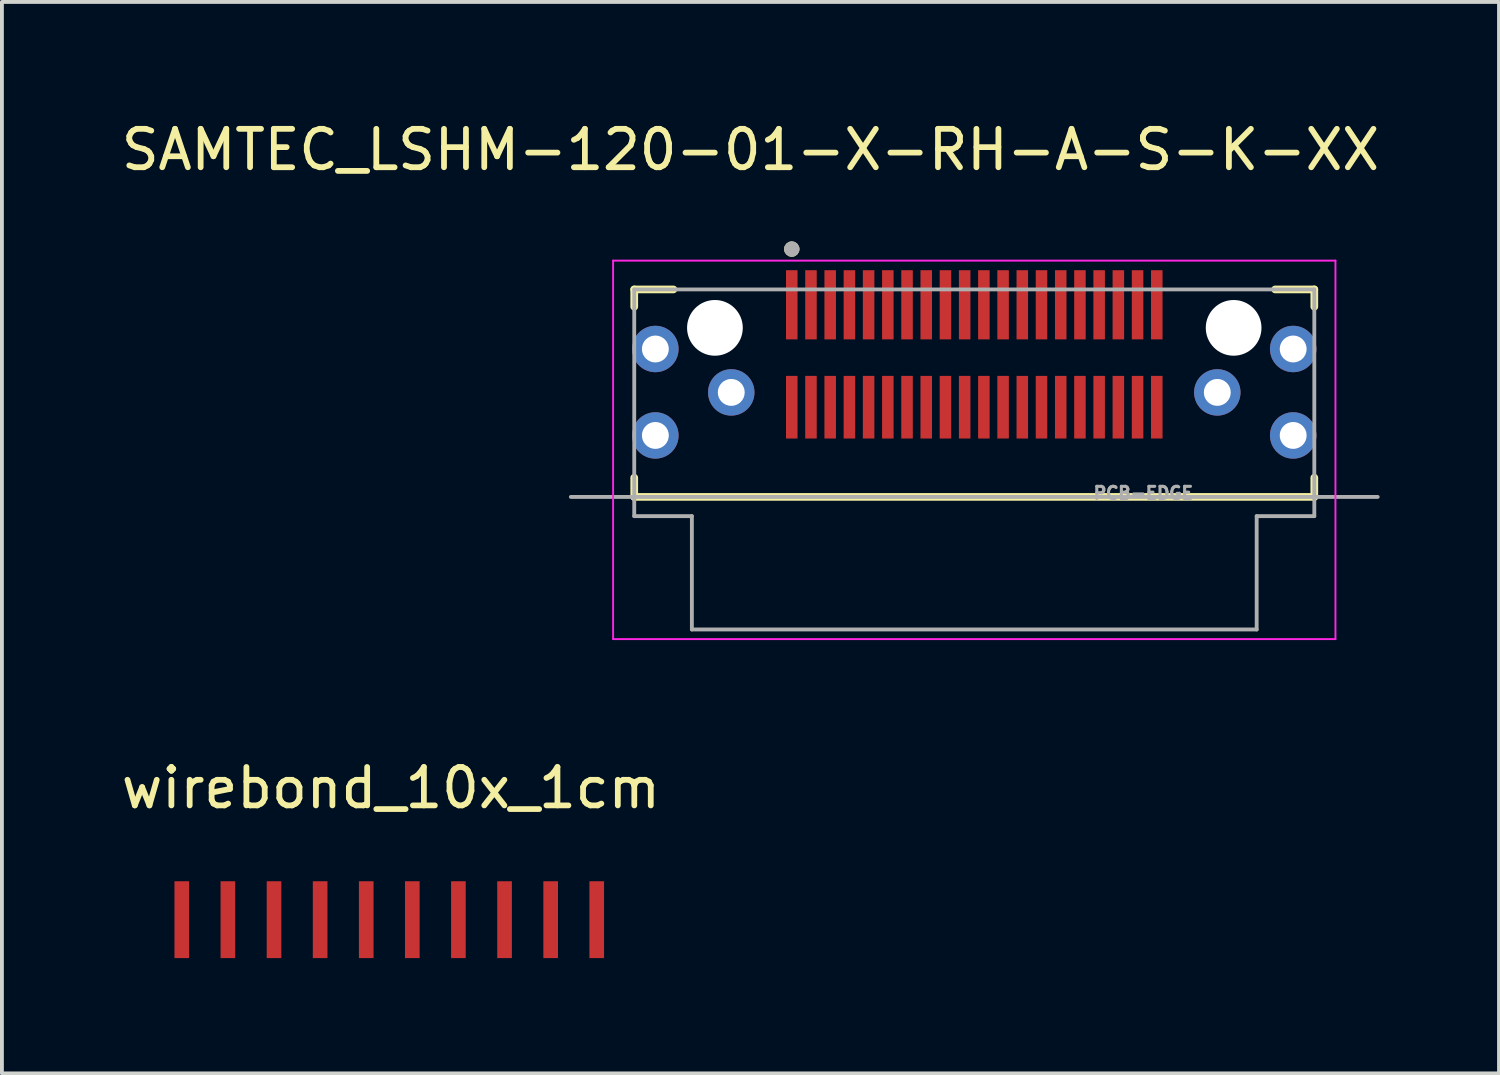
<source format=kicad_pcb>
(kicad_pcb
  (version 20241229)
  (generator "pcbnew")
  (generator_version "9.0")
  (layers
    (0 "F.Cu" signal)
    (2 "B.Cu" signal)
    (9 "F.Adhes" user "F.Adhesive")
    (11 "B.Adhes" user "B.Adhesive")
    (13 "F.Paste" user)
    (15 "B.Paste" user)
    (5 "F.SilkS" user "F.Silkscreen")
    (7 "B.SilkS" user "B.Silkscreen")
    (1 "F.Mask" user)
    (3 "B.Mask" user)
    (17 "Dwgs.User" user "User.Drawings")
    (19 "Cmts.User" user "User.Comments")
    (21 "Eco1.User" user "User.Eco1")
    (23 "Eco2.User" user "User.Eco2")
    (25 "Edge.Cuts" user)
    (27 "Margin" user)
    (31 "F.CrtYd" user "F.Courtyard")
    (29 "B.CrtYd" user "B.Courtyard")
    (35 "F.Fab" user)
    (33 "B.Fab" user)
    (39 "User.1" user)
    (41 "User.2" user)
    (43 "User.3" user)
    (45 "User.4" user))
  (footprint "SAMTEC_LSHM-120-01-X-RH-A-S-K-XX"
    (layer "F.Cu")
    (at 22.307 5.483)
    (property "Reference" "SAMTEC_LSHM-120-01-X-RH-A-S-K-XX" (at -5.825 -4.635 0) (layer "F.SilkS") (effects (font (size 1 1) (thickness 0.15))))
    (attr through_hole)
    (fp_line (start -8.85 -1) (end -7.83 -1) (stroke (width 0.2) (type solid)) (layer "F.SilkS"))
    (fp_line (start -8.85 -0.55) (end -8.85 -1) (stroke (width 0.2) (type solid)) (layer "F.SilkS"))
    (fp_line (start -8.85 3.9) (end -8.85 4.4) (stroke (width 0.2) (type solid)) (layer "F.SilkS"))
    (fp_line (start -8.85 4.4) (end 8.85 4.4) (stroke (width 0.2) (type solid)) (layer "F.SilkS"))
    (fp_line (start 7.83 -1) (end 8.85 -1) (stroke (width 0.2) (type solid)) (layer "F.SilkS"))
    (fp_line (start 8.85 -1) (end 8.85 -0.55) (stroke (width 0.2) (type solid)) (layer "F.SilkS"))
    (fp_line (start 8.85 4.4) (end 8.85 3.9) (stroke (width 0.2) (type solid)) (layer "F.SilkS"))
    (fp_circle (center -4.75 -2.05) (end -4.65 -2.05) (stroke (width 0.2) (type solid)) (fill no) (layer "F.SilkS"))
    (fp_circle (center -8.3 2.8) (end -7.875 2.8) (stroke (width 0.85) (type solid)) (fill no) (layer "F.Paste"))
    (fp_circle (center 8.3 2.8) (end 8.725 2.8) (stroke (width 0.85) (type solid)) (fill no) (layer "F.Paste"))
    (fp_poly (pts (xy -7.955 -0.227) (xy -7.979 -0.236) (xy -8 -0.243) (xy -8.02 -0.25) (xy -8.04 -0.256) (xy -8.06 -0.262) (xy -8.081 -0.267) (xy -8.102 -0.271) (xy -8.122 -0.276) (xy -8.143 -0.279) (xy -8.164 -0.283) (xy -8.185 -0.286) (xy -8.206 -0.288) (xy -8.228 -0.29) (xy -8.249 -0.291) (xy -8.27 -0.292) (xy -8.291 -0.293) (xy -8.312 -0.293) (xy -8.333 -0.292) (xy -8.355 -0.291) (xy -8.376 -0.29) (xy -8.397 -0.288) (xy -8.418 -0.286) (xy -8.439 -0.283) (xy -8.46 -0.28) (xy -8.481 -0.276) (xy -8.502 -0.272) (xy -8.522 -0.267) (xy -8.543 -0.262) (xy -8.563 -0.257) (xy -8.591 -0.249) (xy -8.632 -0.232) (xy -8.673 -0.214) (xy -8.712 -0.193) (xy -8.75 -0.171) (xy -8.788 -0.146) (xy -8.823 -0.12) (xy -8.858 -0.092) (xy -8.89 -0.061) (xy -8.922 -0.03) (xy -8.951 0.004) (xy -8.979 0.038) (xy -9.005 0.075) (xy -9.029 0.112) (xy -9.051 0.151) (xy -9.07 0.191) (xy -9.088 0.232) (xy -9.104 0.273) (xy -9.117 0.316) (xy -9.128 0.359) (xy -9.137 0.402) (xy -9.144 0.446) (xy -9.148 0.491) (xy -9.15 0.535) (xy -9.149 0.58) (xy -9.147 0.624) (xy -9.142 0.668) (xy -9.134 0.712) (xy -9.125 0.756) (xy -9.113 0.799) (xy -9.099 0.841) (xy -9.082 0.882) (xy -9.064 0.923) (xy -9.043 0.962) (xy -9.021 1) (xy -8.996 1.038) (xy -8.97 1.073) (xy -8.942 1.108) (xy -8.911 1.14) (xy -8.88 1.172) (xy -8.846 1.201) (xy -8.812 1.229) (xy -8.775 1.255) (xy -8.738 1.279) (xy -8.699 1.301) (xy -8.659 1.32) (xy -8.618 1.338) (xy -8.577 1.354) (xy -8.534 1.367) (xy -8.491 1.378) (xy -8.448 1.387) (xy -8.404 1.394) (xy -8.359 1.398) (xy -8.315 1.4) (xy -8.27 1.399) (xy -8.226 1.397) (xy -8.182 1.392) (xy -8.138 1.384) (xy -8.094 1.375) (xy -8.051 1.363) (xy -8.009 1.349) (xy -7.989 1.341) (xy -7.969 1.333) (xy -7.949 1.324) (xy -7.929 1.315) (xy -7.91 1.305) (xy -7.89 1.295) (xy -7.871 1.284) (xy -7.853 1.273) (xy -7.834 1.261) (xy -7.816 1.249) (xy -7.798 1.236) (xy -7.781 1.223) (xy -7.764 1.21) (xy -7.747 1.196) (xy -7.731 1.181) (xy -7.715 1.167) (xy -7.699 1.151) (xy -7.684 1.136) (xy -7.669 1.12) (xy -7.655 1.103) (xy -7.641 1.087) (xy -7.627 1.07) (xy -7.614 1.052) (xy -7.601 1.035) (xy -7.589 1.016) (xy -7.577 0.998) (xy -7.566 0.979) (xy -7.555 0.961) (xy -7.545 0.941) (xy -7.536 0.924) (xy -7.955 -0.227)) (stroke (width 0.01) (type solid)) (fill yes) (layer "F.Paste"))
    (fp_poly (pts (xy -7.069 1.269) (xy -7.081 1.292) (xy -7.089 1.311) (xy -7.097 1.331) (xy -7.105 1.351) (xy -7.113 1.371) (xy -7.12 1.391) (xy -7.126 1.411) (xy -7.132 1.431) (xy -7.138 1.452) (xy -7.143 1.472) (xy -7.147 1.493) (xy -7.152 1.514) (xy -7.155 1.535) (xy -7.159 1.556) (xy -7.161 1.577) (xy -7.164 1.598) (xy -7.166 1.619) (xy -7.167 1.64) (xy -7.168 1.661) (xy -7.168 1.682) (xy -7.168 1.703) (xy -7.168 1.725) (xy -7.167 1.746) (xy -7.166 1.767) (xy -7.164 1.788) (xy -7.162 1.809) (xy -7.159 1.83) (xy -7.155 1.851) (xy -7.152 1.872) (xy -7.146 1.9) (xy -7.133 1.943) (xy -7.119 1.985) (xy -7.102 2.026) (xy -7.082 2.066) (xy -7.061 2.105) (xy -7.038 2.143) (xy -7.013 2.18) (xy -6.986 2.215) (xy -6.957 2.249) (xy -6.926 2.281) (xy -6.894 2.312) (xy -6.86 2.341) (xy -6.825 2.368) (xy -6.788 2.393) (xy -6.75 2.416) (xy -6.711 2.437) (xy -6.671 2.457) (xy -6.63 2.474) (xy -6.588 2.488) (xy -6.545 2.501) (xy -6.502 2.511) (xy -6.458 2.52) (xy -6.414 2.525) (xy -6.369 2.529) (xy -6.325 2.53) (xy -6.281 2.529) (xy -6.236 2.525) (xy -6.192 2.52) (xy -6.148 2.511) (xy -6.105 2.501) (xy -6.062 2.488) (xy -6.02 2.474) (xy -5.979 2.457) (xy -5.939 2.437) (xy -5.9 2.416) (xy -5.862 2.393) (xy -5.825 2.368) (xy -5.79 2.341) (xy -5.756 2.312) (xy -5.724 2.281) (xy -5.693 2.249) (xy -5.664 2.215) (xy -5.637 2.18) (xy -5.612 2.143) (xy -5.589 2.105) (xy -5.568 2.066) (xy -5.548 2.026) (xy -5.531 1.985) (xy -5.517 1.943) (xy -5.504 1.9) (xy -5.494 1.857) (xy -5.485 1.813) (xy -5.48 1.769) (xy -5.476 1.724) (xy -5.475 1.68) (xy -5.476 1.636) (xy -5.48 1.591) (xy -5.485 1.547) (xy -5.494 1.503) (xy -5.504 1.46) (xy -5.51 1.439) (xy -5.516 1.418) (xy -5.523 1.398) (xy -5.531 1.377) (xy -5.539 1.357) (xy -5.547 1.337) (xy -5.556 1.317) (xy -5.566 1.297) (xy -5.576 1.278) (xy -5.587 1.259) (xy -5.598 1.24) (xy -5.609 1.222) (xy -5.621 1.203) (xy -5.634 1.185) (xy -5.646 1.168) (xy -5.66 1.151) (xy -5.674 1.134) (xy -5.688 1.117) (xy -5.702 1.101) (xy -5.717 1.085) (xy -5.733 1.07) (xy -5.749 1.055) (xy -5.765 1.04) (xy -5.781 1.026) (xy -5.798 1.012) (xy -5.816 0.999) (xy -5.833 0.986) (xy -5.851 0.974) (xy -5.869 0.962) (xy -5.886 0.952) (xy -7.069 1.269)) (stroke (width 0.01) (type solid)) (fill yes) (layer "F.Paste"))
    (fp_poly (pts (xy 5.886 0.952) (xy 5.875 0.959) (xy 5.857 0.971) (xy 5.84 0.984) (xy 5.823 0.997) (xy 5.806 1.011) (xy 5.79 1.025) (xy 5.773 1.039) (xy 5.758 1.054) (xy 5.742 1.069) (xy 5.727 1.084) (xy 5.712 1.1) (xy 5.698 1.116) (xy 5.684 1.132) (xy 5.67 1.149) (xy 5.657 1.165) (xy 5.644 1.183) (xy 5.631 1.2) (xy 5.619 1.218) (xy 5.607 1.236) (xy 5.596 1.254) (xy 5.585 1.273) (xy 5.575 1.292) (xy 5.565 1.311) (xy 5.555 1.33) (xy 5.546 1.35) (xy 5.537 1.37) (xy 5.529 1.389) (xy 5.521 1.409) (xy 5.514 1.43) (xy 5.506 1.454) (xy 5.495 1.497) (xy 5.487 1.541) (xy 5.481 1.585) (xy 5.478 1.629) (xy 5.477 1.674) (xy 5.478 1.718) (xy 5.481 1.762) (xy 5.487 1.807) (xy 5.495 1.85) (xy 5.506 1.894) (xy 5.518 1.936) (xy 5.533 1.978) (xy 5.55 2.019) (xy 5.569 2.059) (xy 5.591 2.099) (xy 5.614 2.137) (xy 5.639 2.173) (xy 5.666 2.209) (xy 5.695 2.242) (xy 5.726 2.275) (xy 5.758 2.305) (xy 5.792 2.334) (xy 5.827 2.361) (xy 5.864 2.386) (xy 5.902 2.41) (xy 5.941 2.431) (xy 5.981 2.45) (xy 6.022 2.467) (xy 6.064 2.482) (xy 6.107 2.495) (xy 6.15 2.505) (xy 6.194 2.513) (xy 6.238 2.519) (xy 6.282 2.522) (xy 6.327 2.524) (xy 6.371 2.522) (xy 6.416 2.519) (xy 6.46 2.513) (xy 6.504 2.505) (xy 6.547 2.495) (xy 6.589 2.482) (xy 6.631 2.467) (xy 6.673 2.45) (xy 6.713 2.431) (xy 6.752 2.41) (xy 6.79 2.386) (xy 6.826 2.361) (xy 6.862 2.334) (xy 6.896 2.305) (xy 6.928 2.275) (xy 6.958 2.242) (xy 6.987 2.209) (xy 7.014 2.173) (xy 7.04 2.137) (xy 7.063 2.099) (xy 7.084 2.059) (xy 7.103 2.019) (xy 7.12 1.978) (xy 7.135 1.936) (xy 7.148 1.894) (xy 7.152 1.876) (xy 7.157 1.855) (xy 7.161 1.834) (xy 7.165 1.812) (xy 7.168 1.791) (xy 7.171 1.77) (xy 7.173 1.748) (xy 7.174 1.727) (xy 7.175 1.705) (xy 7.176 1.684) (xy 7.176 1.662) (xy 7.175 1.64) (xy 7.174 1.619) (xy 7.172 1.597) (xy 7.169 1.576) (xy 7.166 1.554) (xy 7.163 1.533) (xy 7.159 1.512) (xy 7.155 1.491) (xy 7.149 1.47) (xy 7.144 1.449) (xy 7.138 1.428) (xy 7.131 1.408) (xy 7.124 1.387) (xy 7.116 1.367) (xy 7.108 1.347) (xy 7.099 1.328) (xy 7.09 1.308) (xy 7.08 1.289) (xy 7.069 1.269) (xy 5.886 0.952)) (stroke (width 0.01) (type solid)) (fill yes) (layer "F.Paste"))
    (fp_poly (pts (xy 7.536 0.924) (xy 7.545 0.939) (xy 7.556 0.958) (xy 7.567 0.976) (xy 7.579 0.994) (xy 7.592 1.012) (xy 7.605 1.029) (xy 7.618 1.046) (xy 7.631 1.063) (xy 7.645 1.08) (xy 7.66 1.096) (xy 7.674 1.112) (xy 7.689 1.128) (xy 7.705 1.143) (xy 7.72 1.158) (xy 7.736 1.172) (xy 7.753 1.187) (xy 7.77 1.2) (xy 7.787 1.214) (xy 7.804 1.227) (xy 7.821 1.239) (xy 7.839 1.252) (xy 7.858 1.263) (xy 7.876 1.275) (xy 7.895 1.286) (xy 7.914 1.296) (xy 7.933 1.306) (xy 7.952 1.316) (xy 7.972 1.325) (xy 7.991 1.334) (xy 8.011 1.342) (xy 8.053 1.356) (xy 8.096 1.368) (xy 8.14 1.378) (xy 8.184 1.385) (xy 8.228 1.39) (xy 8.272 1.393) (xy 8.317 1.393) (xy 8.361 1.392) (xy 8.405 1.387) (xy 8.449 1.381) (xy 8.493 1.372) (xy 8.536 1.361) (xy 8.579 1.347) (xy 8.62 1.332) (xy 8.661 1.314) (xy 8.701 1.294) (xy 8.74 1.272) (xy 8.777 1.248) (xy 8.813 1.222) (xy 8.848 1.195) (xy 8.881 1.165) (xy 8.913 1.134) (xy 8.943 1.101) (xy 8.972 1.067) (xy 8.998 1.031) (xy 9.023 0.994) (xy 9.045 0.956) (xy 9.066 0.916) (xy 9.084 0.876) (xy 9.101 0.834) (xy 9.115 0.792) (xy 9.127 0.749) (xy 9.136 0.706) (xy 9.144 0.662) (xy 9.149 0.618) (xy 9.151 0.573) (xy 9.152 0.529) (xy 9.15 0.484) (xy 9.145 0.44) (xy 9.139 0.396) (xy 9.13 0.352) (xy 9.119 0.309) (xy 9.105 0.267) (xy 9.09 0.225) (xy 9.072 0.184) (xy 9.052 0.145) (xy 9.03 0.106) (xy 9.006 0.068) (xy 8.981 0.032) (xy 8.953 -0.003) (xy 8.923 -0.036) (xy 8.892 -0.068) (xy 8.859 -0.098) (xy 8.825 -0.126) (xy 8.789 -0.153) (xy 8.752 -0.177) (xy 8.714 -0.2) (xy 8.674 -0.22) (xy 8.634 -0.239) (xy 8.593 -0.255) (xy 8.566 -0.264) (xy 8.546 -0.27) (xy 8.525 -0.276) (xy 8.504 -0.281) (xy 8.484 -0.286) (xy 8.463 -0.29) (xy 8.441 -0.293) (xy 8.42 -0.296) (xy 8.399 -0.299) (xy 8.378 -0.301) (xy 8.356 -0.302) (xy 8.335 -0.303) (xy 8.314 -0.304) (xy 8.292 -0.304) (xy 8.271 -0.303) (xy 8.25 -0.302) (xy 8.228 -0.3) (xy 8.207 -0.298) (xy 8.186 -0.295) (xy 8.165 -0.292) (xy 8.144 -0.288) (xy 8.123 -0.283) (xy 8.102 -0.279) (xy 8.081 -0.273) (xy 8.061 -0.267) (xy 8.041 -0.261) (xy 8.02 -0.254) (xy 8 -0.246) (xy 7.98 -0.238) (xy 7.955 -0.227) (xy 7.536 0.924)) (stroke (width 0.01) (type solid)) (fill yes) (layer "F.Paste"))
    (fp_line (start -9.4 -1.75) (end 9.4 -1.75) (stroke (width 0.05) (type solid)) (layer "F.CrtYd"))
    (fp_line (start -9.4 8.1) (end -9.4 -1.75) (stroke (width 0.05) (type solid)) (layer "F.CrtYd"))
    (fp_line (start 9.4 -1.75) (end 9.4 8.1) (stroke (width 0.05) (type solid)) (layer "F.CrtYd"))
    (fp_line (start 9.4 8.1) (end -9.4 8.1) (stroke (width 0.05) (type solid)) (layer "F.CrtYd"))
    (fp_line (start -10.5 4.4) (end 10.5 4.4) (stroke (width 0.1) (type solid)) (layer "F.Fab"))
    (fp_line (start -8.85 -1) (end 8.85 -1) (stroke (width 0.1) (type solid)) (layer "F.Fab"))
    (fp_line (start -8.85 4.9) (end -8.85 -1) (stroke (width 0.1) (type solid)) (layer "F.Fab"))
    (fp_line (start -7.35 4.9) (end -8.85 4.9) (stroke (width 0.1) (type solid)) (layer "F.Fab"))
    (fp_line (start -7.35 7.85) (end -7.35 4.9) (stroke (width 0.1) (type solid)) (layer "F.Fab"))
    (fp_line (start 7.35 4.9) (end 7.35 7.85) (stroke (width 0.1) (type solid)) (layer "F.Fab"))
    (fp_line (start 7.35 7.85) (end -7.35 7.85) (stroke (width 0.1) (type solid)) (layer "F.Fab"))
    (fp_line (start 8.85 -1) (end 8.85 4.9) (stroke (width 0.1) (type solid)) (layer "F.Fab"))
    (fp_line (start 8.85 4.9) (end 7.35 4.9) (stroke (width 0.1) (type solid)) (layer "F.Fab"))
    (fp_circle (center -4.75 -2.05) (end -4.65 -2.05) (stroke (width 0.2) (type solid)) (fill no) (layer "F.Fab"))
    (fp_text user "PCB-EDGE" (at 4.4 4.3 0) (layer "F.Fab") (effects (font (size 0.32 0.32) (thickness 0.15))))
    (pad "" np_thru_hole circle (at -6.75 0) (size 1.45 1.45) (drill 1.45) (layers "*.Cu" "*.Mask"))
    (pad "" np_thru_hole circle (at 6.75 0) (size 1.45 1.45) (drill 1.45) (layers "*.Cu" "*.Mask"))
    (pad "01" smd rect (at -4.75 -0.6) (size 0.3 1.8) (layers "F.Cu" "F.Mask" "F.Paste"))
    (pad "02" smd rect (at -4.75 2.065) (size 0.3 1.63) (layers "F.Cu" "F.Mask" "F.Paste"))
    (pad "03" smd rect (at -4.25 -0.6) (size 0.3 1.8) (layers "F.Cu" "F.Mask" "F.Paste"))
    (pad "04" smd rect (at -4.25 2.065) (size 0.3 1.63) (layers "F.Cu" "F.Mask" "F.Paste"))
    (pad "05" smd rect (at -3.75 -0.6) (size 0.3 1.8) (layers "F.Cu" "F.Mask" "F.Paste"))
    (pad "06" smd rect (at -3.75 2.065) (size 0.3 1.63) (layers "F.Cu" "F.Mask" "F.Paste"))
    (pad "07" smd rect (at -3.25 -0.6) (size 0.3 1.8) (layers "F.Cu" "F.Mask" "F.Paste"))
    (pad "08" smd rect (at -3.25 2.065) (size 0.3 1.63) (layers "F.Cu" "F.Mask" "F.Paste"))
    (pad "09" smd rect (at -2.75 -0.6) (size 0.3 1.8) (layers "F.Cu" "F.Mask" "F.Paste"))
    (pad "10" smd rect (at -2.75 2.065) (size 0.3 1.63) (layers "F.Cu" "F.Mask" "F.Paste"))
    (pad "11" smd rect (at -2.25 -0.6) (size 0.3 1.8) (layers "F.Cu" "F.Mask" "F.Paste"))
    (pad "12" smd rect (at -2.25 2.065) (size 0.3 1.63) (layers "F.Cu" "F.Mask" "F.Paste"))
    (pad "13" smd rect (at -1.75 -0.6) (size 0.3 1.8) (layers "F.Cu" "F.Mask" "F.Paste"))
    (pad "14" smd rect (at -1.75 2.065) (size 0.3 1.63) (layers "F.Cu" "F.Mask" "F.Paste"))
    (pad "15" smd rect (at -1.25 -0.6) (size 0.3 1.8) (layers "F.Cu" "F.Mask" "F.Paste"))
    (pad "16" smd rect (at -1.25 2.065) (size 0.3 1.63) (layers "F.Cu" "F.Mask" "F.Paste"))
    (pad "17" smd rect (at -0.75 -0.6) (size 0.3 1.8) (layers "F.Cu" "F.Mask" "F.Paste"))
    (pad "18" smd rect (at -0.75 2.065) (size 0.3 1.63) (layers "F.Cu" "F.Mask" "F.Paste"))
    (pad "19" smd rect (at -0.25 -0.6) (size 0.3 1.8) (layers "F.Cu" "F.Mask" "F.Paste"))
    (pad "20" smd rect (at -0.25 2.065) (size 0.3 1.63) (layers "F.Cu" "F.Mask" "F.Paste"))
    (pad "21" smd rect (at 0.25 -0.6) (size 0.3 1.8) (layers "F.Cu" "F.Mask" "F.Paste"))
    (pad "22" smd rect (at 0.25 2.065) (size 0.3 1.63) (layers "F.Cu" "F.Mask" "F.Paste"))
    (pad "23" smd rect (at 0.75 -0.6) (size 0.3 1.8) (layers "F.Cu" "F.Mask" "F.Paste"))
    (pad "24" smd rect (at 0.75 2.065) (size 0.3 1.63) (layers "F.Cu" "F.Mask" "F.Paste"))
    (pad "25" smd rect (at 1.25 -0.6) (size 0.3 1.8) (layers "F.Cu" "F.Mask" "F.Paste"))
    (pad "26" smd rect (at 1.25 2.065) (size 0.3 1.63) (layers "F.Cu" "F.Mask" "F.Paste"))
    (pad "27" smd rect (at 1.75 -0.6) (size 0.3 1.8) (layers "F.Cu" "F.Mask" "F.Paste"))
    (pad "28" smd rect (at 1.75 2.065) (size 0.3 1.63) (layers "F.Cu" "F.Mask" "F.Paste"))
    (pad "29" smd rect (at 2.25 -0.6) (size 0.3 1.8) (layers "F.Cu" "F.Mask" "F.Paste"))
    (pad "30" smd rect (at 2.25 2.065) (size 0.3 1.63) (layers "F.Cu" "F.Mask" "F.Paste"))
    (pad "31" smd rect (at 2.75 -0.6) (size 0.3 1.8) (layers "F.Cu" "F.Mask" "F.Paste"))
    (pad "32" smd rect (at 2.75 2.065) (size 0.3 1.63) (layers "F.Cu" "F.Mask" "F.Paste"))
    (pad "33" smd rect (at 3.25 -0.6) (size 0.3 1.8) (layers "F.Cu" "F.Mask" "F.Paste"))
    (pad "34" smd rect (at 3.25 2.065) (size 0.3 1.63) (layers "F.Cu" "F.Mask" "F.Paste"))
    (pad "35" smd rect (at 3.75 -0.6) (size 0.3 1.8) (layers "F.Cu" "F.Mask" "F.Paste"))
    (pad "36" smd rect (at 3.75 2.065) (size 0.3 1.63) (layers "F.Cu" "F.Mask" "F.Paste"))
    (pad "37" smd rect (at 4.25 -0.6) (size 0.3 1.8) (layers "F.Cu" "F.Mask" "F.Paste"))
    (pad "38" smd rect (at 4.25 2.065) (size 0.3 1.63) (layers "F.Cu" "F.Mask" "F.Paste"))
    (pad "39" smd rect (at 4.75 -0.6) (size 0.3 1.8) (layers "F.Cu" "F.Mask" "F.Paste"))
    (pad "40" smd rect (at 4.75 2.065) (size 0.3 1.63) (layers "F.Cu" "F.Mask" "F.Paste"))
    (pad "S1" thru_hole circle (at -6.325 1.68) (size 1.208 1.208) (drill 0.7) (layers "*.Cu" "*.Mask"))
    (pad "S2" thru_hole circle (at 6.325 1.68) (size 1.208 1.208) (drill 0.7) (layers "*.Cu" "*.Mask"))
    (pad "WT1" thru_hole circle (at -8.3 0.55) (size 1.208 1.208) (drill 0.7) (layers "*.Cu" "*.Mask"))
    (pad "WT2" thru_hole circle (at -8.3 2.8) (size 1.208 1.208) (drill 0.7) (layers "*.Cu" "*.Mask"))
    (pad "WT3" thru_hole circle (at 8.3 0.55) (size 1.208 1.208) (drill 0.7) (layers "*.Cu" "*.Mask"))
    (pad "WT4" thru_hole circle (at 8.3 2.8) (size 1.208 1.208) (drill 0.7) (layers "*.Cu" "*.Mask")))
  (footprint "wirebond_10x_1cm"
    (layer "F.Cu")
    (at 7.125 20.886)
    (property "Reference" "wirebond_10x_1cm" (at 0 -3.429 0) (layer "F.SilkS") (effects (font (size 1 1) (thickness 0.15))))
    (attr through_hole)
    (pad "1" smd rect (at -5.444 0) (size 0.381 2) (layers "F.Cu" "F.Mask" "F.Paste"))
    (pad "2" smd rect (at -4.244 0) (size 0.381 2) (layers "F.Cu" "F.Mask" "F.Paste"))
    (pad "3" smd rect (at -3.043 0) (size 0.381 2) (layers "F.Cu" "F.Mask" "F.Paste"))
    (pad "4" smd rect (at -1.843 0) (size 0.381 2) (layers "F.Cu" "F.Mask" "F.Paste"))
    (pad "5" smd rect (at -0.643 0) (size 0.381 2) (layers "F.Cu" "F.Mask" "F.Paste"))
    (pad "6" smd rect (at 0.556 0) (size 0.381 2) (layers "F.Cu" "F.Mask" "F.Paste"))
    (pad "7" smd rect (at 1.756 0) (size 0.381 2) (layers "F.Cu" "F.Mask" "F.Paste"))
    (pad "8" smd rect (at 2.957 0) (size 0.381 2) (layers "F.Cu" "F.Mask" "F.Paste"))
    (pad "9" smd rect (at 4.157 0) (size 0.381 2) (layers "F.Cu" "F.Mask" "F.Paste"))
    (pad "10" smd rect (at 5.356 0) (size 0.381 2) (layers "F.Cu" "F.Mask" "F.Paste")))
  (gr_rect
    (start -3 -3)
    (end 35.964 24.886)
    (stroke (width 0.1) (type default))
    (fill no)
    (layer "Edge.Cuts")))
</source>
